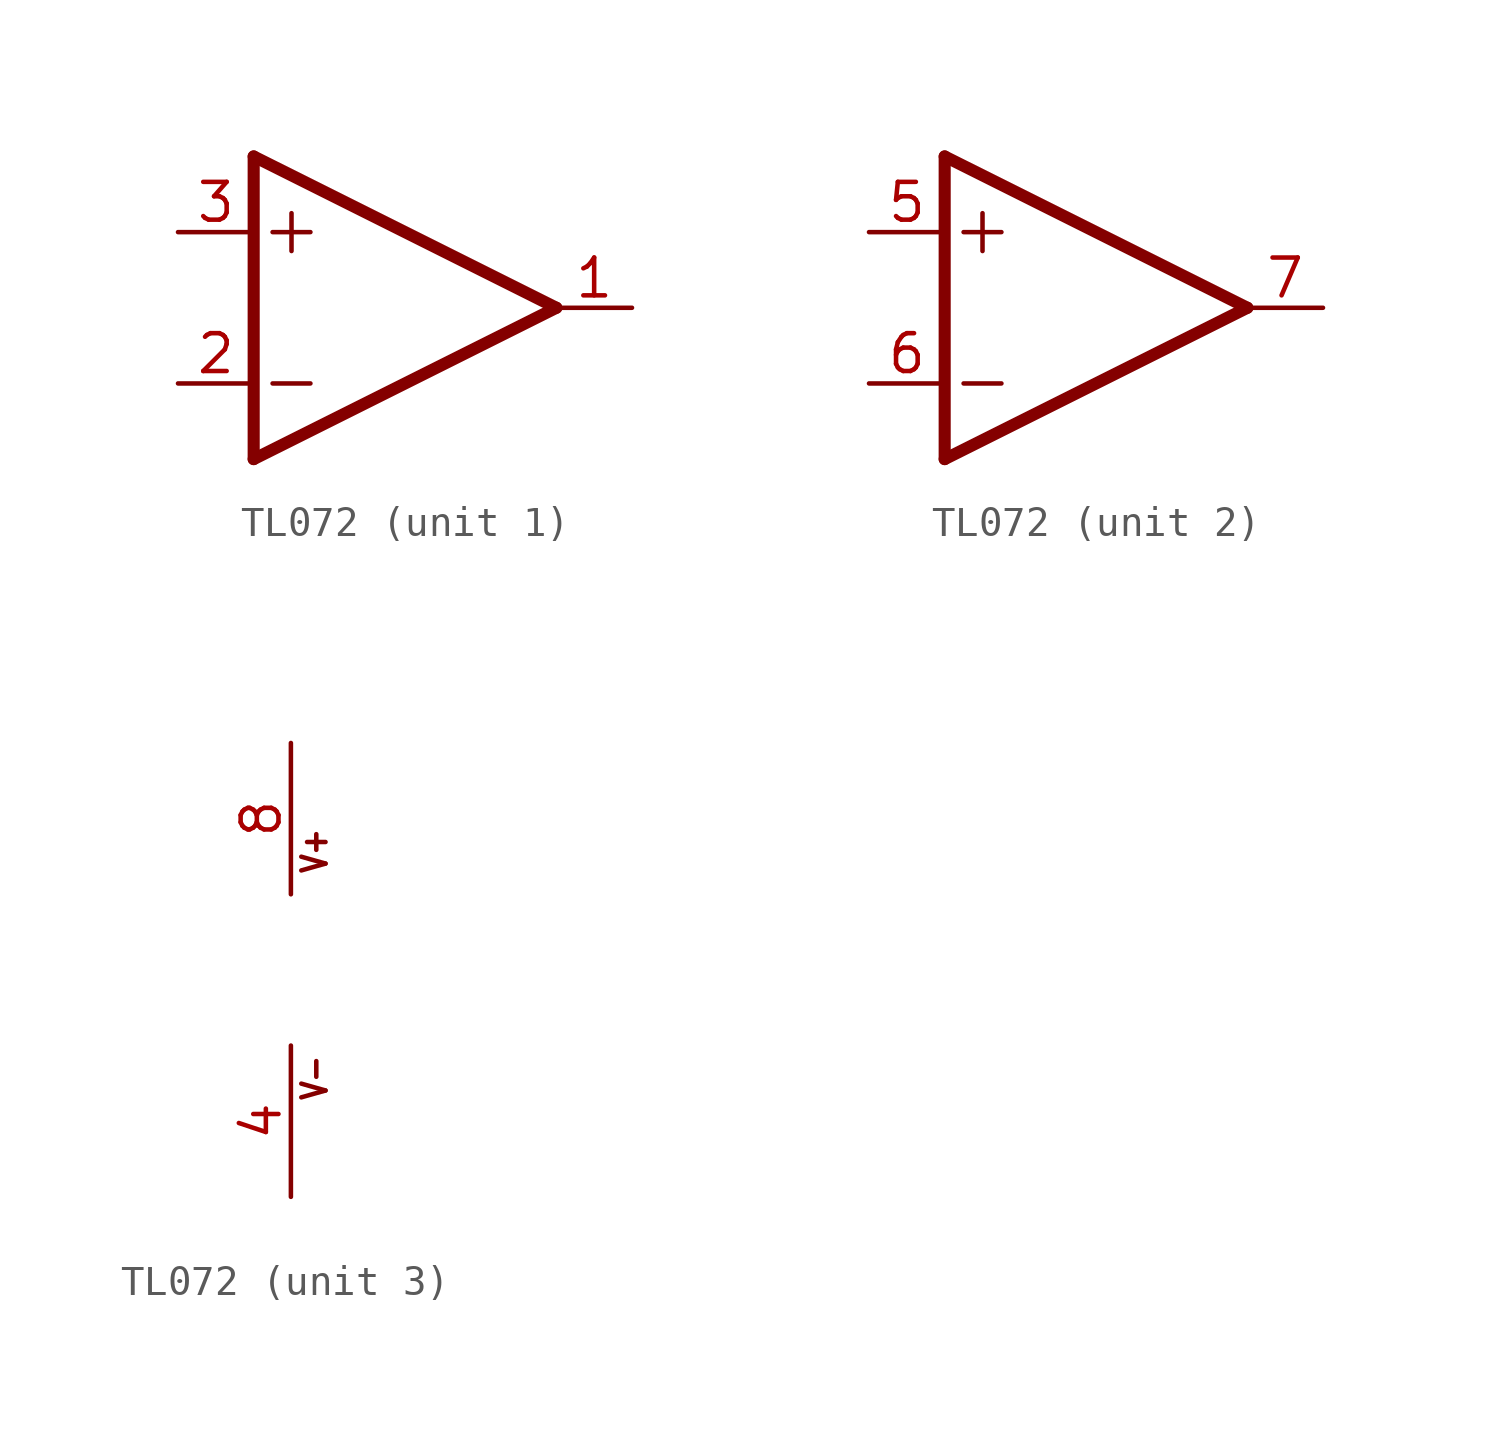
<source format=kicad_sym>
(kicad_symbol_lib
  (version 20220914)
  (generator kicad_symbol_editor)
  (symbol "TL072"
    (property "Reference" "U"
      (at 2.54 3.175 0)
      (effects (font (size 1.778 1.511)) (justify left bottom) hide))
    (property "ki_locked" ""
      (at 0 0 0)
      (effects (font (size 1.27 1.27))))
    (symbol "TL072_1_0"
      (polyline (pts (xy -5.08 -5.08) (xy 5.08 0)) (stroke (width 0.406) (type solid)) (fill (type none)))
      (polyline (pts (xy -5.08 5.08) (xy -5.08 -5.08)) (stroke (width 0.406) (type solid)) (fill (type none)))
      (polyline (pts (xy -4.445 -2.54) (xy -3.175 -2.54)) (stroke (width 0.152) (type solid)) (fill (type none)))
      (polyline (pts (xy -4.445 2.54) (xy -3.175 2.54)) (stroke (width 0.152) (type solid)) (fill (type none)))
      (polyline (pts (xy -3.81 3.175) (xy -3.81 1.905)) (stroke (width 0.152) (type solid)) (fill (type none)))
      (polyline (pts (xy 5.08 0) (xy -5.08 5.08)) (stroke (width 0.406) (type solid)) (fill (type none)))
      (pin output line (at 7.62 0 180) (length 2.54) (name "OUT" (effects (font (size 0 0)))) (number "1" (effects (font (size 1.27 1.27)))))
      (pin input line (at -7.62 -2.54 0) (length 2.54) (name "-IN" (effects (font (size 0 0)))) (number "2" (effects (font (size 1.27 1.27)))))
      (pin input line (at -7.62 2.54 0) (length 2.54) (name "+IN" (effects (font (size 0 0)))) (number "3" (effects (font (size 1.27 1.27))))))
    (symbol "TL072_2_0"
      (polyline (pts (xy -5.08 -5.08) (xy 5.08 0)) (stroke (width 0.406) (type solid)) (fill (type none)))
      (polyline (pts (xy -5.08 5.08) (xy -5.08 -5.08)) (stroke (width 0.406) (type solid)) (fill (type none)))
      (polyline (pts (xy -4.445 -2.54) (xy -3.175 -2.54)) (stroke (width 0.152) (type solid)) (fill (type none)))
      (polyline (pts (xy -4.445 2.54) (xy -3.175 2.54)) (stroke (width 0.152) (type solid)) (fill (type none)))
      (polyline (pts (xy -3.81 3.175) (xy -3.81 1.905)) (stroke (width 0.152) (type solid)) (fill (type none)))
      (polyline (pts (xy 5.08 0) (xy -5.08 5.08)) (stroke (width 0.406) (type solid)) (fill (type none)))
      (pin input line (at -7.62 2.54 0) (length 2.54) (name "+IN" (effects (font (size 0 0)))) (number "5" (effects (font (size 1.27 1.27)))))
      (pin input line (at -7.62 -2.54 0) (length 2.54) (name "-IN" (effects (font (size 0 0)))) (number "6" (effects (font (size 1.27 1.27)))))
      (pin output line (at 7.62 0 180) (length 2.54) (name "OUT" (effects (font (size 0 0)))) (number "7" (effects (font (size 1.27 1.27))))))
    (symbol "TL072_3_0"
      (text "V+" (at 1.27 3.175 900) (effects (font (size 0.813 0.691)) (justify left bottom)))
      (text "V-" (at 1.27 -4.445 900) (effects (font (size 0.813 0.691)) (justify left bottom)))
      (pin power_in line (at 0 -7.62 90) (length 5.08) (name "V-" (effects (font (size 0 0)))) (number "4" (effects (font (size 1.27 1.27)))))
      (pin power_in line (at 0 7.62 270) (length 5.08) (name "V+" (effects (font (size 0 0)))) (number "8" (effects (font (size 1.27 1.27))))))))
</source>
